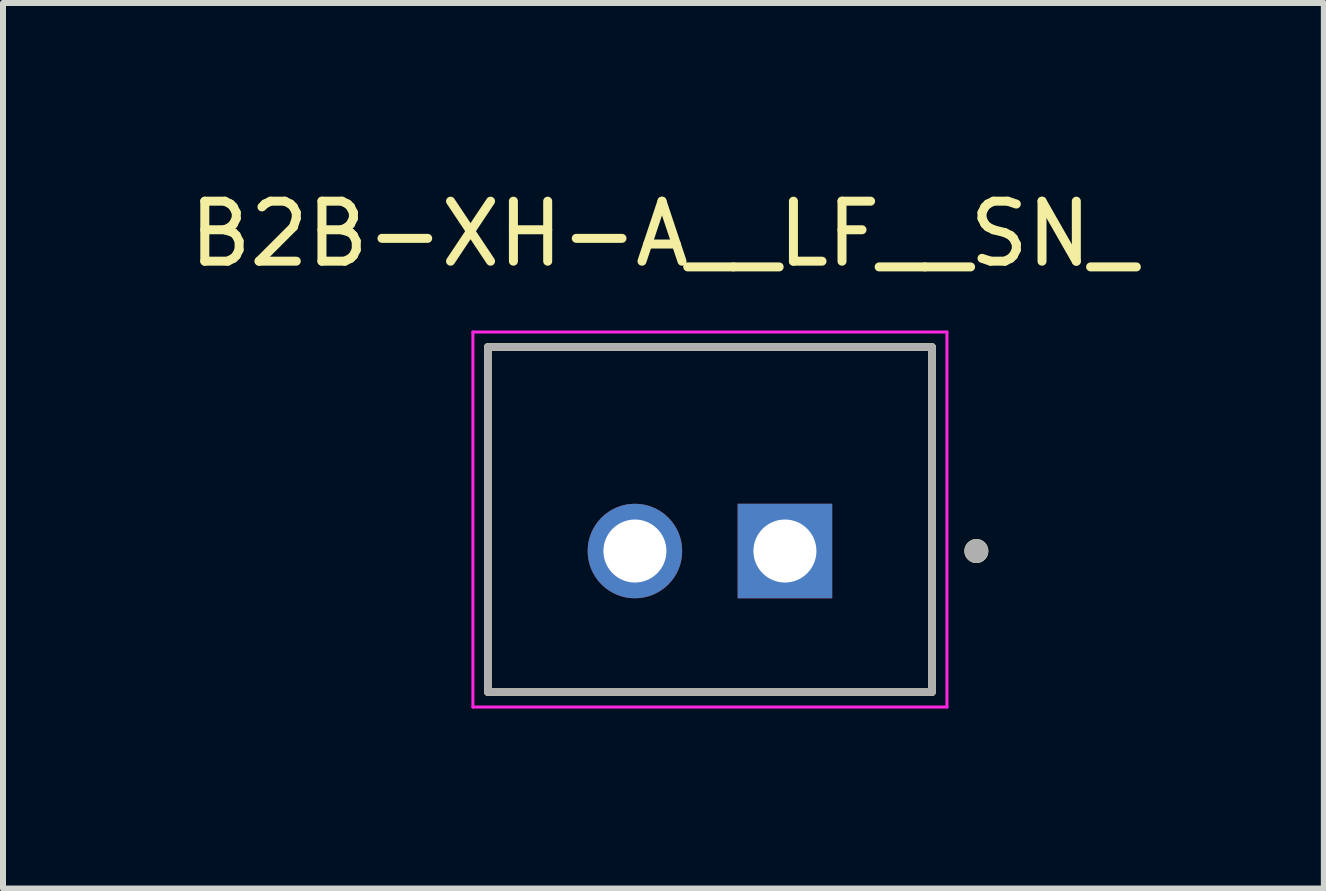
<source format=kicad_pcb>
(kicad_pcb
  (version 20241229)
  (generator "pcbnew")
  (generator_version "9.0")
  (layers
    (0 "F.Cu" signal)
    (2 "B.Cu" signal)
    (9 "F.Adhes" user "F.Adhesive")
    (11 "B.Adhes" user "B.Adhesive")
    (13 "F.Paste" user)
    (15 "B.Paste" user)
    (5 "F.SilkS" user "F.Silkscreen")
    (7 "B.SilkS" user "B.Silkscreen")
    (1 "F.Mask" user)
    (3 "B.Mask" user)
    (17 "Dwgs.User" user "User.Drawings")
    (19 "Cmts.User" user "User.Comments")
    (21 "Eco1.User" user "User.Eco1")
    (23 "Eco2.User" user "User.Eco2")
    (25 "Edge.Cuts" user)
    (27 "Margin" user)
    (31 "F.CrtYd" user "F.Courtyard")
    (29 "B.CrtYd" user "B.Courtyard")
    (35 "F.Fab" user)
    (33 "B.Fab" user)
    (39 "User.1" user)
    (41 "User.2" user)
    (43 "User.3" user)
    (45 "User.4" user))
  (footprint "B2B-XH-A__LF__SN_"
    (layer "F.Cu")
    (at 8.781 5.608)
    (property "Reference" "B2B-XH-A__LF__SN_" (at -0.775 -4.76 0) (layer "F.SilkS") (effects (font (size 1 1) (thickness 0.15))))
    (attr through_hole)
    (fp_line (start -3.7 -2.875) (end 3.7 -2.875) (stroke (width 0.127) (type solid)) (layer "F.SilkS"))
    (fp_line (start -3.7 2.875) (end -3.7 -2.875) (stroke (width 0.127) (type solid)) (layer "F.SilkS"))
    (fp_line (start 3.7 -2.875) (end 3.7 2.875) (stroke (width 0.127) (type solid)) (layer "F.SilkS"))
    (fp_line (start 3.7 2.875) (end -3.7 2.875) (stroke (width 0.127) (type solid)) (layer "F.SilkS"))
    (fp_circle (center 4.44 0.525) (end 4.54 0.525) (stroke (width 0.2) (type solid)) (fill no) (layer "F.SilkS"))
    (fp_line (start -3.95 -3.125) (end -3.95 3.125) (stroke (width 0.05) (type solid)) (layer "F.CrtYd"))
    (fp_line (start -3.95 3.125) (end 3.95 3.125) (stroke (width 0.05) (type solid)) (layer "F.CrtYd"))
    (fp_line (start 3.95 -3.125) (end -3.95 -3.125) (stroke (width 0.05) (type solid)) (layer "F.CrtYd"))
    (fp_line (start 3.95 3.125) (end 3.95 -3.125) (stroke (width 0.05) (type solid)) (layer "F.CrtYd"))
    (fp_line (start -3.7 -2.875) (end 3.7 -2.875) (stroke (width 0.127) (type solid)) (layer "F.Fab"))
    (fp_line (start -3.7 2.875) (end -3.7 -2.875) (stroke (width 0.127) (type solid)) (layer "F.Fab"))
    (fp_line (start 3.7 -2.875) (end 3.7 2.875) (stroke (width 0.127) (type solid)) (layer "F.Fab"))
    (fp_line (start 3.7 2.875) (end -3.7 2.875) (stroke (width 0.127) (type solid)) (layer "F.Fab"))
    (fp_circle (center 4.44 0.525) (end 4.54 0.525) (stroke (width 0.2) (type solid)) (fill no) (layer "F.Fab"))
    (pad "1" thru_hole rect (at 1.25 0.525) (size 1.575 1.575) (drill 1.05) (layers "*.Cu" "*.Mask"))
    (pad "2" thru_hole circle (at -1.25 0.525) (size 1.575 1.575) (drill 1.05) (layers "*.Cu" "*.Mask")))
  (gr_rect
    (start -3 -3)
    (end 19.012 11.758)
    (stroke (width 0.1) (type default))
    (fill no)
    (layer "Edge.Cuts")))
</source>
